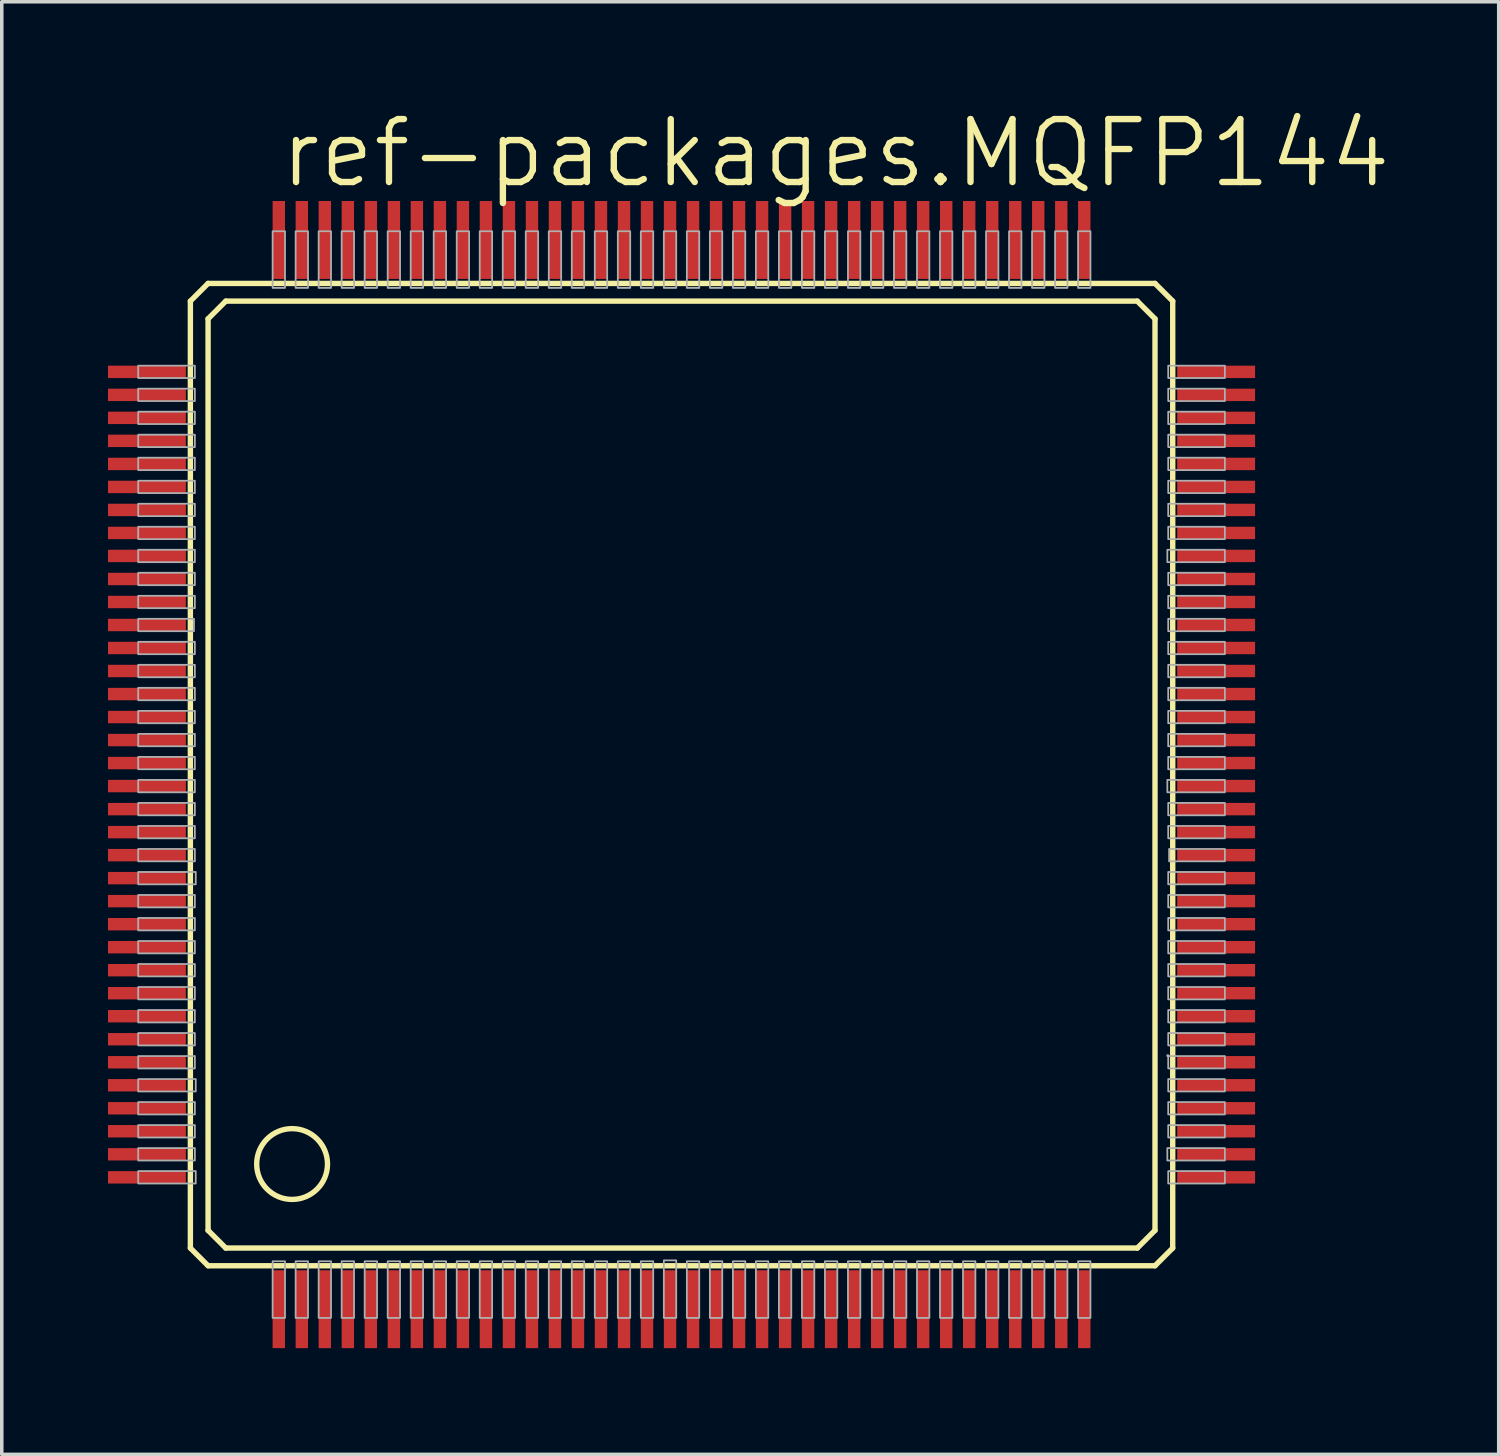
<source format=kicad_pcb>
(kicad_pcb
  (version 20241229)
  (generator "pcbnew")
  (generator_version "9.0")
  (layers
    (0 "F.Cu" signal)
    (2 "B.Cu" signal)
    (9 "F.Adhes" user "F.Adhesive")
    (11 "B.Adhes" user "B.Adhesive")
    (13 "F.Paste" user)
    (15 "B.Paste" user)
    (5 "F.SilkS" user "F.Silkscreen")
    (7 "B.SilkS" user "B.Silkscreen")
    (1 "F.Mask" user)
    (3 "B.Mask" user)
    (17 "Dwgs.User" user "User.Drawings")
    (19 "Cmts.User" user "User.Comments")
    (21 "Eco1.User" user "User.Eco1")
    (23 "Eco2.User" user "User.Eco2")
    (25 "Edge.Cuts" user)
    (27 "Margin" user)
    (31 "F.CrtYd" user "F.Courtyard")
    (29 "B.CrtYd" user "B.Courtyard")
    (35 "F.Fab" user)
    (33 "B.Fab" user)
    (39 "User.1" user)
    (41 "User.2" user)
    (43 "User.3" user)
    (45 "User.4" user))
  (footprint "ref-packages.MQFP144"
    (layer "F.Cu")
    (at 16.2 18.828)
    (property "Reference" "ref-packages.MQFP144" (at -11.43 -16.51 0) (layer "F.SilkS") (effects (font (size 1.778 1.778) (thickness 0.18)) (justify left bottom)))
    (attr smd)
    (fp_line (start -13.873 -13.373) (end -13.873 13.373) (stroke (width 0.152) (type default)) (layer "F.SilkS"))
    (fp_line (start -13.873 13.373) (end -13.373 13.873) (stroke (width 0.152) (type default)) (layer "F.SilkS"))
    (fp_line (start -13.373 -13.873) (end -13.873 -13.373) (stroke (width 0.152) (type default)) (layer "F.SilkS"))
    (fp_line (start -13.373 -12.873) (end -12.873 -13.373) (stroke (width 0.152) (type default)) (layer "F.SilkS"))
    (fp_line (start -13.373 12.873) (end -13.373 -12.873) (stroke (width 0.152) (type default)) (layer "F.SilkS"))
    (fp_line (start -13.373 13.873) (end 13.373 13.873) (stroke (width 0.152) (type default)) (layer "F.SilkS"))
    (fp_line (start -12.873 -13.373) (end 12.873 -13.373) (stroke (width 0.152) (type default)) (layer "F.SilkS"))
    (fp_line (start -12.873 13.373) (end -13.373 12.873) (stroke (width 0.152) (type default)) (layer "F.SilkS"))
    (fp_line (start 12.873 -13.373) (end 13.373 -12.873) (stroke (width 0.152) (type default)) (layer "F.SilkS"))
    (fp_line (start 12.873 13.373) (end -12.873 13.373) (stroke (width 0.152) (type default)) (layer "F.SilkS"))
    (fp_line (start 13.373 -13.873) (end -13.373 -13.873) (stroke (width 0.152) (type default)) (layer "F.SilkS"))
    (fp_line (start 13.373 -12.873) (end 13.373 12.873) (stroke (width 0.152) (type default)) (layer "F.SilkS"))
    (fp_line (start 13.373 12.873) (end 12.873 13.373) (stroke (width 0.152) (type default)) (layer "F.SilkS"))
    (fp_line (start 13.373 13.873) (end 13.873 13.373) (stroke (width 0.152) (type default)) (layer "F.SilkS"))
    (fp_line (start 13.873 -13.373) (end 13.373 -13.873) (stroke (width 0.152) (type default)) (layer "F.SilkS"))
    (fp_line (start 13.873 13.373) (end 13.873 -13.373) (stroke (width 0.152) (type default)) (layer "F.SilkS"))
    (fp_circle (center -11 11) (end -10 11) (stroke (width 0.152) (type default)) (fill no) (layer "F.SilkS"))
    (fp_rect (start -15.346 -11.2) (end -13.746 -11.55) (stroke (width 0.05) (type default)) (fill no) (layer "F.Fab"))
    (fp_rect (start -15.346 -10.55) (end -13.746 -10.9) (stroke (width 0.05) (type default)) (fill no) (layer "F.Fab"))
    (fp_rect (start -15.346 -9.9) (end -13.746 -10.25) (stroke (width 0.05) (type default)) (fill no) (layer "F.Fab"))
    (fp_rect (start -15.346 -9.25) (end -13.746 -9.6) (stroke (width 0.05) (type default)) (fill no) (layer "F.Fab"))
    (fp_rect (start -15.346 -8.6) (end -13.746 -8.95) (stroke (width 0.05) (type default)) (fill no) (layer "F.Fab"))
    (fp_rect (start -15.346 -7.95) (end -13.746 -8.3) (stroke (width 0.05) (type default)) (fill no) (layer "F.Fab"))
    (fp_rect (start -15.346 -7.3) (end -13.746 -7.65) (stroke (width 0.05) (type default)) (fill no) (layer "F.Fab"))
    (fp_rect (start -15.346 -6.65) (end -13.746 -7) (stroke (width 0.05) (type default)) (fill no) (layer "F.Fab"))
    (fp_rect (start -15.346 -6) (end -13.746 -6.35) (stroke (width 0.05) (type default)) (fill no) (layer "F.Fab"))
    (fp_rect (start -15.346 -5.35) (end -13.746 -5.7) (stroke (width 0.05) (type default)) (fill no) (layer "F.Fab"))
    (fp_rect (start -15.346 -4.7) (end -13.746 -5.05) (stroke (width 0.05) (type default)) (fill no) (layer "F.Fab"))
    (fp_rect (start -15.346 -4.05) (end -13.771 -4.4) (stroke (width 0.05) (type default)) (fill no) (layer "F.Fab"))
    (fp_rect (start -15.346 -3.4) (end -13.746 -3.75) (stroke (width 0.05) (type default)) (fill no) (layer "F.Fab"))
    (fp_rect (start -15.346 -2.75) (end -13.746 -3.1) (stroke (width 0.05) (type default)) (fill no) (layer "F.Fab"))
    (fp_rect (start -15.346 -2.1) (end -13.746 -2.45) (stroke (width 0.05) (type default)) (fill no) (layer "F.Fab"))
    (fp_rect (start -15.346 -1.45) (end -13.746 -1.8) (stroke (width 0.05) (type default)) (fill no) (layer "F.Fab"))
    (fp_rect (start -15.346 -0.8) (end -13.746 -1.15) (stroke (width 0.05) (type default)) (fill no) (layer "F.Fab"))
    (fp_rect (start -15.346 -0.15) (end -13.746 -0.5) (stroke (width 0.05) (type default)) (fill no) (layer "F.Fab"))
    (fp_rect (start -15.346 0.5) (end -13.746 0.15) (stroke (width 0.05) (type default)) (fill no) (layer "F.Fab"))
    (fp_rect (start -15.346 1.15) (end -13.746 0.8) (stroke (width 0.05) (type default)) (fill no) (layer "F.Fab"))
    (fp_rect (start -15.346 1.8) (end -13.746 1.45) (stroke (width 0.05) (type default)) (fill no) (layer "F.Fab"))
    (fp_rect (start -15.346 2.45) (end -13.746 2.1) (stroke (width 0.05) (type default)) (fill no) (layer "F.Fab"))
    (fp_rect (start -15.346 3.1) (end -13.721 2.75) (stroke (width 0.05) (type default)) (fill no) (layer "F.Fab"))
    (fp_rect (start -15.346 3.75) (end -13.746 3.4) (stroke (width 0.05) (type default)) (fill no) (layer "F.Fab"))
    (fp_rect (start -15.346 4.4) (end -13.746 4.05) (stroke (width 0.05) (type default)) (fill no) (layer "F.Fab"))
    (fp_rect (start -15.346 5.05) (end -13.746 4.7) (stroke (width 0.05) (type default)) (fill no) (layer "F.Fab"))
    (fp_rect (start -15.346 5.7) (end -13.746 5.35) (stroke (width 0.05) (type default)) (fill no) (layer "F.Fab"))
    (fp_rect (start -15.346 6.35) (end -13.746 6) (stroke (width 0.05) (type default)) (fill no) (layer "F.Fab"))
    (fp_rect (start -15.346 7) (end -13.746 6.65) (stroke (width 0.05) (type default)) (fill no) (layer "F.Fab"))
    (fp_rect (start -15.346 7.65) (end -13.746 7.3) (stroke (width 0.05) (type default)) (fill no) (layer "F.Fab"))
    (fp_rect (start -15.346 8.3) (end -13.746 7.95) (stroke (width 0.05) (type default)) (fill no) (layer "F.Fab"))
    (fp_rect (start -15.346 8.95) (end -13.721 8.6) (stroke (width 0.05) (type default)) (fill no) (layer "F.Fab"))
    (fp_rect (start -15.346 9.6) (end -13.746 9.25) (stroke (width 0.05) (type default)) (fill no) (layer "F.Fab"))
    (fp_rect (start -15.346 10.25) (end -13.746 9.9) (stroke (width 0.05) (type default)) (fill no) (layer "F.Fab"))
    (fp_rect (start -15.346 10.9) (end -13.746 10.55) (stroke (width 0.05) (type default)) (fill no) (layer "F.Fab"))
    (fp_rect (start -15.346 11.55) (end -13.721 11.2) (stroke (width 0.05) (type default)) (fill no) (layer "F.Fab"))
    (fp_rect (start -11.55 -13.746) (end -11.2 -15.346) (stroke (width 0.05) (type default)) (fill no) (layer "F.Fab"))
    (fp_rect (start -11.55 15.346) (end -11.2 13.746) (stroke (width 0.05) (type default)) (fill no) (layer "F.Fab"))
    (fp_rect (start -10.9 -13.746) (end -10.55 -15.346) (stroke (width 0.05) (type default)) (fill no) (layer "F.Fab"))
    (fp_rect (start -10.9 15.346) (end -10.55 13.746) (stroke (width 0.05) (type default)) (fill no) (layer "F.Fab"))
    (fp_rect (start -10.25 -13.746) (end -9.9 -15.346) (stroke (width 0.05) (type default)) (fill no) (layer "F.Fab"))
    (fp_rect (start -10.25 15.346) (end -9.9 13.746) (stroke (width 0.05) (type default)) (fill no) (layer "F.Fab"))
    (fp_rect (start -9.6 -13.746) (end -9.25 -15.346) (stroke (width 0.05) (type default)) (fill no) (layer "F.Fab"))
    (fp_rect (start -9.6 15.346) (end -9.25 13.746) (stroke (width 0.05) (type default)) (fill no) (layer "F.Fab"))
    (fp_rect (start -8.95 -13.746) (end -8.6 -15.346) (stroke (width 0.05) (type default)) (fill no) (layer "F.Fab"))
    (fp_rect (start -8.95 15.346) (end -8.6 13.746) (stroke (width 0.05) (type default)) (fill no) (layer "F.Fab"))
    (fp_rect (start -8.3 -13.746) (end -7.95 -15.346) (stroke (width 0.05) (type default)) (fill no) (layer "F.Fab"))
    (fp_rect (start -8.3 15.346) (end -7.95 13.746) (stroke (width 0.05) (type default)) (fill no) (layer "F.Fab"))
    (fp_rect (start -7.65 -13.746) (end -7.3 -15.346) (stroke (width 0.05) (type default)) (fill no) (layer "F.Fab"))
    (fp_rect (start -7.65 15.346) (end -7.3 13.746) (stroke (width 0.05) (type default)) (fill no) (layer "F.Fab"))
    (fp_rect (start -7 -13.746) (end -6.65 -15.346) (stroke (width 0.05) (type default)) (fill no) (layer "F.Fab"))
    (fp_rect (start -7 15.346) (end -6.65 13.746) (stroke (width 0.05) (type default)) (fill no) (layer "F.Fab"))
    (fp_rect (start -6.35 -13.746) (end -6 -15.346) (stroke (width 0.05) (type default)) (fill no) (layer "F.Fab"))
    (fp_rect (start -6.35 15.346) (end -6 13.746) (stroke (width 0.05) (type default)) (fill no) (layer "F.Fab"))
    (fp_rect (start -5.7 -13.746) (end -5.35 -15.346) (stroke (width 0.05) (type default)) (fill no) (layer "F.Fab"))
    (fp_rect (start -5.7 15.346) (end -5.35 13.746) (stroke (width 0.05) (type default)) (fill no) (layer "F.Fab"))
    (fp_rect (start -5.05 -13.746) (end -4.7 -15.346) (stroke (width 0.05) (type default)) (fill no) (layer "F.Fab"))
    (fp_rect (start -5.05 15.346) (end -4.7 13.746) (stroke (width 0.05) (type default)) (fill no) (layer "F.Fab"))
    (fp_rect (start -4.4 -13.746) (end -4.05 -15.346) (stroke (width 0.05) (type default)) (fill no) (layer "F.Fab"))
    (fp_rect (start -4.4 15.346) (end -4.05 13.746) (stroke (width 0.05) (type default)) (fill no) (layer "F.Fab"))
    (fp_rect (start -3.75 -13.746) (end -3.4 -15.346) (stroke (width 0.05) (type default)) (fill no) (layer "F.Fab"))
    (fp_rect (start -3.75 15.346) (end -3.4 13.746) (stroke (width 0.05) (type default)) (fill no) (layer "F.Fab"))
    (fp_rect (start -3.1 -13.746) (end -2.75 -15.346) (stroke (width 0.05) (type default)) (fill no) (layer "F.Fab"))
    (fp_rect (start -3.1 15.346) (end -2.75 13.746) (stroke (width 0.05) (type default)) (fill no) (layer "F.Fab"))
    (fp_rect (start -2.45 -13.746) (end -2.1 -15.346) (stroke (width 0.05) (type default)) (fill no) (layer "F.Fab"))
    (fp_rect (start -2.45 15.346) (end -2.1 13.746) (stroke (width 0.05) (type default)) (fill no) (layer "F.Fab"))
    (fp_rect (start -1.8 -13.746) (end -1.45 -15.346) (stroke (width 0.05) (type default)) (fill no) (layer "F.Fab"))
    (fp_rect (start -1.8 15.346) (end -1.45 13.746) (stroke (width 0.05) (type default)) (fill no) (layer "F.Fab"))
    (fp_rect (start -1.15 -13.746) (end -0.8 -15.346) (stroke (width 0.05) (type default)) (fill no) (layer "F.Fab"))
    (fp_rect (start -1.15 15.346) (end -0.8 13.746) (stroke (width 0.05) (type default)) (fill no) (layer "F.Fab"))
    (fp_rect (start -0.5 -13.746) (end -0.15 -15.346) (stroke (width 0.05) (type default)) (fill no) (layer "F.Fab"))
    (fp_rect (start -0.5 15.346) (end -0.15 13.721) (stroke (width 0.05) (type default)) (fill no) (layer "F.Fab"))
    (fp_rect (start 0.15 -13.746) (end 0.5 -15.346) (stroke (width 0.05) (type default)) (fill no) (layer "F.Fab"))
    (fp_rect (start 0.15 15.346) (end 0.5 13.746) (stroke (width 0.05) (type default)) (fill no) (layer "F.Fab"))
    (fp_rect (start 0.8 -13.746) (end 1.15 -15.346) (stroke (width 0.05) (type default)) (fill no) (layer "F.Fab"))
    (fp_rect (start 0.8 13.796) (end 0.825 13.771) (stroke (width 0.05) (type default)) (fill no) (layer "F.Fab"))
    (fp_rect (start 0.8 15.346) (end 1.15 13.746) (stroke (width 0.05) (type default)) (fill no) (layer "F.Fab"))
    (fp_rect (start 1.45 -13.746) (end 1.8 -15.346) (stroke (width 0.05) (type default)) (fill no) (layer "F.Fab"))
    (fp_rect (start 1.45 15.346) (end 1.8 13.746) (stroke (width 0.05) (type default)) (fill no) (layer "F.Fab"))
    (fp_rect (start 2.1 -13.746) (end 2.45 -15.346) (stroke (width 0.05) (type default)) (fill no) (layer "F.Fab"))
    (fp_rect (start 2.1 15.346) (end 2.45 13.746) (stroke (width 0.05) (type default)) (fill no) (layer "F.Fab"))
    (fp_rect (start 2.75 -13.746) (end 3.1 -15.346) (stroke (width 0.05) (type default)) (fill no) (layer "F.Fab"))
    (fp_rect (start 2.75 15.346) (end 3.1 13.746) (stroke (width 0.05) (type default)) (fill no) (layer "F.Fab"))
    (fp_rect (start 3.4 -13.746) (end 3.75 -15.346) (stroke (width 0.05) (type default)) (fill no) (layer "F.Fab"))
    (fp_rect (start 3.4 15.346) (end 3.75 13.746) (stroke (width 0.05) (type default)) (fill no) (layer "F.Fab"))
    (fp_rect (start 4.05 -13.746) (end 4.4 -15.346) (stroke (width 0.05) (type default)) (fill no) (layer "F.Fab"))
    (fp_rect (start 4.05 15.346) (end 4.4 13.746) (stroke (width 0.05) (type default)) (fill no) (layer "F.Fab"))
    (fp_rect (start 4.7 -13.746) (end 5.05 -15.346) (stroke (width 0.05) (type default)) (fill no) (layer "F.Fab"))
    (fp_rect (start 4.7 15.346) (end 5.05 13.746) (stroke (width 0.05) (type default)) (fill no) (layer "F.Fab"))
    (fp_rect (start 5.35 -13.746) (end 5.7 -15.346) (stroke (width 0.05) (type default)) (fill no) (layer "F.Fab"))
    (fp_rect (start 5.375 15.346) (end 5.7 13.746) (stroke (width 0.05) (type default)) (fill no) (layer "F.Fab"))
    (fp_rect (start 6 -13.746) (end 6.35 -15.346) (stroke (width 0.05) (type default)) (fill no) (layer "F.Fab"))
    (fp_rect (start 6 15.346) (end 6.35 13.746) (stroke (width 0.05) (type default)) (fill no) (layer "F.Fab"))
    (fp_rect (start 6.65 -13.746) (end 7 -15.346) (stroke (width 0.05) (type default)) (fill no) (layer "F.Fab"))
    (fp_rect (start 6.65 15.346) (end 7 13.746) (stroke (width 0.05) (type default)) (fill no) (layer "F.Fab"))
    (fp_rect (start 7.3 -13.746) (end 7.65 -15.346) (stroke (width 0.05) (type default)) (fill no) (layer "F.Fab"))
    (fp_rect (start 7.3 15.346) (end 7.65 13.746) (stroke (width 0.05) (type default)) (fill no) (layer "F.Fab"))
    (fp_rect (start 7.95 -13.746) (end 8.3 -15.346) (stroke (width 0.05) (type default)) (fill no) (layer "F.Fab"))
    (fp_rect (start 7.95 15.346) (end 8.3 13.746) (stroke (width 0.05) (type default)) (fill no) (layer "F.Fab"))
    (fp_rect (start 8.6 -13.746) (end 8.95 -15.346) (stroke (width 0.05) (type default)) (fill no) (layer "F.Fab"))
    (fp_rect (start 8.6 15.346) (end 8.95 13.746) (stroke (width 0.05) (type default)) (fill no) (layer "F.Fab"))
    (fp_rect (start 9.25 -13.746) (end 9.6 -15.346) (stroke (width 0.05) (type default)) (fill no) (layer "F.Fab"))
    (fp_rect (start 9.25 15.346) (end 9.6 13.746) (stroke (width 0.05) (type default)) (fill no) (layer "F.Fab"))
    (fp_rect (start 9.9 -13.746) (end 10.25 -15.346) (stroke (width 0.05) (type default)) (fill no) (layer "F.Fab"))
    (fp_rect (start 9.9 15.346) (end 10.25 13.746) (stroke (width 0.05) (type default)) (fill no) (layer "F.Fab"))
    (fp_rect (start 10.55 -13.746) (end 10.9 -15.346) (stroke (width 0.05) (type default)) (fill no) (layer "F.Fab"))
    (fp_rect (start 10.55 15.346) (end 10.9 13.746) (stroke (width 0.05) (type default)) (fill no) (layer "F.Fab"))
    (fp_rect (start 11.2 -13.746) (end 11.55 -15.346) (stroke (width 0.05) (type default)) (fill no) (layer "F.Fab"))
    (fp_rect (start 11.2 15.346) (end 11.55 13.746) (stroke (width 0.05) (type default)) (fill no) (layer "F.Fab"))
    (fp_rect (start 13.721 -6) (end 15.346 -6.35) (stroke (width 0.05) (type default)) (fill no) (layer "F.Fab"))
    (fp_rect (start 13.721 0.5) (end 15.346 0.15) (stroke (width 0.05) (type default)) (fill no) (layer "F.Fab"))
    (fp_rect (start 13.721 7.95) (end 13.746 7.925) (stroke (width 0.05) (type default)) (fill no) (layer "F.Fab"))
    (fp_rect (start 13.721 10.9) (end 15.346 10.55) (stroke (width 0.05) (type default)) (fill no) (layer "F.Fab"))
    (fp_rect (start 13.746 -11.2) (end 15.346 -11.55) (stroke (width 0.05) (type default)) (fill no) (layer "F.Fab"))
    (fp_rect (start 13.746 -10.55) (end 15.346 -10.9) (stroke (width 0.05) (type default)) (fill no) (layer "F.Fab"))
    (fp_rect (start 13.746 -9.9) (end 15.346 -10.25) (stroke (width 0.05) (type default)) (fill no) (layer "F.Fab"))
    (fp_rect (start 13.746 -9.25) (end 15.346 -9.6) (stroke (width 0.05) (type default)) (fill no) (layer "F.Fab"))
    (fp_rect (start 13.746 -8.6) (end 15.346 -8.95) (stroke (width 0.05) (type default)) (fill no) (layer "F.Fab"))
    (fp_rect (start 13.746 -7.95) (end 15.346 -8.3) (stroke (width 0.05) (type default)) (fill no) (layer "F.Fab"))
    (fp_rect (start 13.746 -7.3) (end 15.346 -7.65) (stroke (width 0.05) (type default)) (fill no) (layer "F.Fab"))
    (fp_rect (start 13.746 -6.65) (end 15.346 -7) (stroke (width 0.05) (type default)) (fill no) (layer "F.Fab"))
    (fp_rect (start 13.746 -5.35) (end 15.346 -5.7) (stroke (width 0.05) (type default)) (fill no) (layer "F.Fab"))
    (fp_rect (start 13.746 -4.7) (end 15.346 -5.05) (stroke (width 0.05) (type default)) (fill no) (layer "F.Fab"))
    (fp_rect (start 13.746 -4.05) (end 15.346 -4.4) (stroke (width 0.05) (type default)) (fill no) (layer "F.Fab"))
    (fp_rect (start 13.746 -3.4) (end 15.346 -3.75) (stroke (width 0.05) (type default)) (fill no) (layer "F.Fab"))
    (fp_rect (start 13.746 -2.75) (end 15.346 -3.1) (stroke (width 0.05) (type default)) (fill no) (layer "F.Fab"))
    (fp_rect (start 13.746 -2.1) (end 15.346 -2.45) (stroke (width 0.05) (type default)) (fill no) (layer "F.Fab"))
    (fp_rect (start 13.746 -1.45) (end 15.346 -1.8) (stroke (width 0.05) (type default)) (fill no) (layer "F.Fab"))
    (fp_rect (start 13.746 -0.8) (end 15.346 -1.15) (stroke (width 0.05) (type default)) (fill no) (layer "F.Fab"))
    (fp_rect (start 13.746 -0.15) (end 15.346 -0.5) (stroke (width 0.05) (type default)) (fill no) (layer "F.Fab"))
    (fp_rect (start 13.746 1.15) (end 15.346 0.8) (stroke (width 0.05) (type default)) (fill no) (layer "F.Fab"))
    (fp_rect (start 13.746 1.8) (end 15.346 1.45) (stroke (width 0.05) (type default)) (fill no) (layer "F.Fab"))
    (fp_rect (start 13.746 3.1) (end 15.346 2.75) (stroke (width 0.05) (type default)) (fill no) (layer "F.Fab"))
    (fp_rect (start 13.746 3.75) (end 15.346 3.4) (stroke (width 0.05) (type default)) (fill no) (layer "F.Fab"))
    (fp_rect (start 13.746 4.4) (end 15.346 4.05) (stroke (width 0.05) (type default)) (fill no) (layer "F.Fab"))
    (fp_rect (start 13.746 5.05) (end 15.346 4.7) (stroke (width 0.05) (type default)) (fill no) (layer "F.Fab"))
    (fp_rect (start 13.746 5.7) (end 15.346 5.35) (stroke (width 0.05) (type default)) (fill no) (layer "F.Fab"))
    (fp_rect (start 13.746 6.35) (end 15.346 6) (stroke (width 0.05) (type default)) (fill no) (layer "F.Fab"))
    (fp_rect (start 13.746 7) (end 15.346 6.65) (stroke (width 0.05) (type default)) (fill no) (layer "F.Fab"))
    (fp_rect (start 13.746 7.65) (end 15.346 7.3) (stroke (width 0.05) (type default)) (fill no) (layer "F.Fab"))
    (fp_rect (start 13.746 8.3) (end 15.346 7.95) (stroke (width 0.05) (type default)) (fill no) (layer "F.Fab"))
    (fp_rect (start 13.746 8.95) (end 15.346 8.6) (stroke (width 0.05) (type default)) (fill no) (layer "F.Fab"))
    (fp_rect (start 13.746 9.6) (end 15.346 9.25) (stroke (width 0.05) (type default)) (fill no) (layer "F.Fab"))
    (fp_rect (start 13.746 10.25) (end 15.346 9.9) (stroke (width 0.05) (type default)) (fill no) (layer "F.Fab"))
    (fp_rect (start 13.746 11.55) (end 15.346 11.2) (stroke (width 0.05) (type default)) (fill no) (layer "F.Fab"))
    (fp_rect (start 13.771 2.45) (end 15.346 2.1) (stroke (width 0.05) (type default)) (fill no) (layer "F.Fab"))
    (pad "1" smd roundrect (at -11.375 15.1) (size 0.35 2.2) (layers "F.Cu" "F.Mask" "F.Paste") (roundrect_rratio 0.01))
    (pad "2" smd roundrect (at -10.725 15.1) (size 0.35 2.2) (layers "F.Cu" "F.Mask" "F.Paste") (roundrect_rratio 0.01))
    (pad "3" smd roundrect (at -10.075 15.1) (size 0.35 2.2) (layers "F.Cu" "F.Mask" "F.Paste") (roundrect_rratio 0.01))
    (pad "4" smd roundrect (at -9.425 15.1) (size 0.35 2.2) (layers "F.Cu" "F.Mask" "F.Paste") (roundrect_rratio 0.01))
    (pad "5" smd roundrect (at -8.775 15.1) (size 0.35 2.2) (layers "F.Cu" "F.Mask" "F.Paste") (roundrect_rratio 0.01))
    (pad "6" smd roundrect (at -8.125 15.1) (size 0.35 2.2) (layers "F.Cu" "F.Mask" "F.Paste") (roundrect_rratio 0.01))
    (pad "7" smd roundrect (at -7.475 15.1) (size 0.35 2.2) (layers "F.Cu" "F.Mask" "F.Paste") (roundrect_rratio 0.01))
    (pad "8" smd roundrect (at -6.825 15.1) (size 0.35 2.2) (layers "F.Cu" "F.Mask" "F.Paste") (roundrect_rratio 0.01))
    (pad "9" smd roundrect (at -6.175 15.1) (size 0.35 2.2) (layers "F.Cu" "F.Mask" "F.Paste") (roundrect_rratio 0.01))
    (pad "10" smd roundrect (at -5.525 15.1) (size 0.35 2.2) (layers "F.Cu" "F.Mask" "F.Paste") (roundrect_rratio 0.01))
    (pad "11" smd roundrect (at -4.875 15.1) (size 0.35 2.2) (layers "F.Cu" "F.Mask" "F.Paste") (roundrect_rratio 0.01))
    (pad "12" smd roundrect (at -4.225 15.1) (size 0.35 2.2) (layers "F.Cu" "F.Mask" "F.Paste") (roundrect_rratio 0.01))
    (pad "13" smd roundrect (at -3.575 15.1) (size 0.35 2.2) (layers "F.Cu" "F.Mask" "F.Paste") (roundrect_rratio 0.01))
    (pad "14" smd roundrect (at -2.925 15.1) (size 0.35 2.2) (layers "F.Cu" "F.Mask" "F.Paste") (roundrect_rratio 0.01))
    (pad "15" smd roundrect (at -2.275 15.1) (size 0.35 2.2) (layers "F.Cu" "F.Mask" "F.Paste") (roundrect_rratio 0.01))
    (pad "16" smd roundrect (at -1.625 15.1) (size 0.35 2.2) (layers "F.Cu" "F.Mask" "F.Paste") (roundrect_rratio 0.01))
    (pad "17" smd roundrect (at -0.975 15.1) (size 0.35 2.2) (layers "F.Cu" "F.Mask" "F.Paste") (roundrect_rratio 0.01))
    (pad "18" smd roundrect (at -0.325 15.1) (size 0.35 2.2) (layers "F.Cu" "F.Mask" "F.Paste") (roundrect_rratio 0.01))
    (pad "19" smd roundrect (at 0.325 15.1) (size 0.35 2.2) (layers "F.Cu" "F.Mask" "F.Paste") (roundrect_rratio 0.01))
    (pad "20" smd roundrect (at 0.975 15.1) (size 0.35 2.2) (layers "F.Cu" "F.Mask" "F.Paste") (roundrect_rratio 0.01))
    (pad "21" smd roundrect (at 1.625 15.1) (size 0.35 2.2) (layers "F.Cu" "F.Mask" "F.Paste") (roundrect_rratio 0.01))
    (pad "22" smd roundrect (at 2.275 15.1) (size 0.35 2.2) (layers "F.Cu" "F.Mask" "F.Paste") (roundrect_rratio 0.01))
    (pad "23" smd roundrect (at 2.925 15.1) (size 0.35 2.2) (layers "F.Cu" "F.Mask" "F.Paste") (roundrect_rratio 0.01))
    (pad "24" smd roundrect (at 3.575 15.1) (size 0.35 2.2) (layers "F.Cu" "F.Mask" "F.Paste") (roundrect_rratio 0.01))
    (pad "25" smd roundrect (at 4.225 15.1) (size 0.35 2.2) (layers "F.Cu" "F.Mask" "F.Paste") (roundrect_rratio 0.01))
    (pad "26" smd roundrect (at 4.875 15.1) (size 0.35 2.2) (layers "F.Cu" "F.Mask" "F.Paste") (roundrect_rratio 0.01))
    (pad "27" smd roundrect (at 5.525 15.1) (size 0.35 2.2) (layers "F.Cu" "F.Mask" "F.Paste") (roundrect_rratio 0.01))
    (pad "28" smd roundrect (at 6.175 15.1) (size 0.35 2.2) (layers "F.Cu" "F.Mask" "F.Paste") (roundrect_rratio 0.01))
    (pad "29" smd roundrect (at 6.825 15.1) (size 0.35 2.2) (layers "F.Cu" "F.Mask" "F.Paste") (roundrect_rratio 0.01))
    (pad "30" smd roundrect (at 7.475 15.1) (size 0.35 2.2) (layers "F.Cu" "F.Mask" "F.Paste") (roundrect_rratio 0.01))
    (pad "31" smd roundrect (at 8.125 15.1) (size 0.35 2.2) (layers "F.Cu" "F.Mask" "F.Paste") (roundrect_rratio 0.01))
    (pad "32" smd roundrect (at 8.775 15.1) (size 0.35 2.2) (layers "F.Cu" "F.Mask" "F.Paste") (roundrect_rratio 0.01))
    (pad "33" smd roundrect (at 9.425 15.1) (size 0.35 2.2) (layers "F.Cu" "F.Mask" "F.Paste") (roundrect_rratio 0.01))
    (pad "34" smd roundrect (at 10.075 15.1) (size 0.35 2.2) (layers "F.Cu" "F.Mask" "F.Paste") (roundrect_rratio 0.01))
    (pad "35" smd roundrect (at 10.725 15.1) (size 0.35 2.2) (layers "F.Cu" "F.Mask" "F.Paste") (roundrect_rratio 0.01))
    (pad "36" smd roundrect (at 11.375 15.1) (size 0.35 2.2) (layers "F.Cu" "F.Mask" "F.Paste") (roundrect_rratio 0.01))
    (pad "37" smd roundrect (at 15.1 11.375) (size 2.2 0.35) (layers "F.Cu" "F.Mask" "F.Paste") (roundrect_rratio 0.01))
    (pad "38" smd roundrect (at 15.1 10.725) (size 2.2 0.35) (layers "F.Cu" "F.Mask" "F.Paste") (roundrect_rratio 0.01))
    (pad "39" smd roundrect (at 15.1 10.075) (size 2.2 0.35) (layers "F.Cu" "F.Mask" "F.Paste") (roundrect_rratio 0.01))
    (pad "40" smd roundrect (at 15.1 9.425) (size 2.2 0.35) (layers "F.Cu" "F.Mask" "F.Paste") (roundrect_rratio 0.01))
    (pad "41" smd roundrect (at 15.1 8.775) (size 2.2 0.35) (layers "F.Cu" "F.Mask" "F.Paste") (roundrect_rratio 0.01))
    (pad "42" smd roundrect (at 15.1 8.125) (size 2.2 0.35) (layers "F.Cu" "F.Mask" "F.Paste") (roundrect_rratio 0.01))
    (pad "43" smd roundrect (at 15.1 7.475) (size 2.2 0.35) (layers "F.Cu" "F.Mask" "F.Paste") (roundrect_rratio 0.01))
    (pad "44" smd roundrect (at 15.1 6.825) (size 2.2 0.35) (layers "F.Cu" "F.Mask" "F.Paste") (roundrect_rratio 0.01))
    (pad "45" smd roundrect (at 15.1 6.175) (size 2.2 0.35) (layers "F.Cu" "F.Mask" "F.Paste") (roundrect_rratio 0.01))
    (pad "46" smd roundrect (at 15.1 5.525) (size 2.2 0.35) (layers "F.Cu" "F.Mask" "F.Paste") (roundrect_rratio 0.01))
    (pad "47" smd roundrect (at 15.1 4.875) (size 2.2 0.35) (layers "F.Cu" "F.Mask" "F.Paste") (roundrect_rratio 0.01))
    (pad "48" smd roundrect (at 15.1 4.225) (size 2.2 0.35) (layers "F.Cu" "F.Mask" "F.Paste") (roundrect_rratio 0.01))
    (pad "49" smd roundrect (at 15.1 3.575) (size 2.2 0.35) (layers "F.Cu" "F.Mask" "F.Paste") (roundrect_rratio 0.01))
    (pad "50" smd roundrect (at 15.1 2.925) (size 2.2 0.35) (layers "F.Cu" "F.Mask" "F.Paste") (roundrect_rratio 0.01))
    (pad "51" smd roundrect (at 15.1 2.275) (size 2.2 0.35) (layers "F.Cu" "F.Mask" "F.Paste") (roundrect_rratio 0.01))
    (pad "52" smd roundrect (at 15.1 1.625) (size 2.2 0.35) (layers "F.Cu" "F.Mask" "F.Paste") (roundrect_rratio 0.01))
    (pad "53" smd roundrect (at 15.1 0.975) (size 2.2 0.35) (layers "F.Cu" "F.Mask" "F.Paste") (roundrect_rratio 0.01))
    (pad "54" smd roundrect (at 15.1 0.325) (size 2.2 0.35) (layers "F.Cu" "F.Mask" "F.Paste") (roundrect_rratio 0.01))
    (pad "55" smd roundrect (at 15.1 -0.325) (size 2.2 0.35) (layers "F.Cu" "F.Mask" "F.Paste") (roundrect_rratio 0.01))
    (pad "56" smd roundrect (at 15.1 -0.975) (size 2.2 0.35) (layers "F.Cu" "F.Mask" "F.Paste") (roundrect_rratio 0.01))
    (pad "57" smd roundrect (at 15.1 -1.625) (size 2.2 0.35) (layers "F.Cu" "F.Mask" "F.Paste") (roundrect_rratio 0.01))
    (pad "58" smd roundrect (at 15.1 -2.275) (size 2.2 0.35) (layers "F.Cu" "F.Mask" "F.Paste") (roundrect_rratio 0.01))
    (pad "59" smd roundrect (at 15.1 -2.925) (size 2.2 0.35) (layers "F.Cu" "F.Mask" "F.Paste") (roundrect_rratio 0.01))
    (pad "60" smd roundrect (at 15.1 -3.575) (size 2.2 0.35) (layers "F.Cu" "F.Mask" "F.Paste") (roundrect_rratio 0.01))
    (pad "61" smd roundrect (at 15.1 -4.225) (size 2.2 0.35) (layers "F.Cu" "F.Mask" "F.Paste") (roundrect_rratio 0.01))
    (pad "62" smd roundrect (at 15.1 -4.875) (size 2.2 0.35) (layers "F.Cu" "F.Mask" "F.Paste") (roundrect_rratio 0.01))
    (pad "63" smd roundrect (at 15.1 -5.525) (size 2.2 0.35) (layers "F.Cu" "F.Mask" "F.Paste") (roundrect_rratio 0.01))
    (pad "64" smd roundrect (at 15.1 -6.175) (size 2.2 0.35) (layers "F.Cu" "F.Mask" "F.Paste") (roundrect_rratio 0.01))
    (pad "65" smd roundrect (at 15.1 -6.825) (size 2.2 0.35) (layers "F.Cu" "F.Mask" "F.Paste") (roundrect_rratio 0.01))
    (pad "66" smd roundrect (at 15.1 -7.475) (size 2.2 0.35) (layers "F.Cu" "F.Mask" "F.Paste") (roundrect_rratio 0.01))
    (pad "67" smd roundrect (at 15.1 -8.125) (size 2.2 0.35) (layers "F.Cu" "F.Mask" "F.Paste") (roundrect_rratio 0.01))
    (pad "68" smd roundrect (at 15.1 -8.775) (size 2.2 0.35) (layers "F.Cu" "F.Mask" "F.Paste") (roundrect_rratio 0.01))
    (pad "69" smd roundrect (at 15.1 -9.425) (size 2.2 0.35) (layers "F.Cu" "F.Mask" "F.Paste") (roundrect_rratio 0.01))
    (pad "70" smd roundrect (at 15.1 -10.075) (size 2.2 0.35) (layers "F.Cu" "F.Mask" "F.Paste") (roundrect_rratio 0.01))
    (pad "71" smd roundrect (at 15.1 -10.725) (size 2.2 0.35) (layers "F.Cu" "F.Mask" "F.Paste") (roundrect_rratio 0.01))
    (pad "72" smd roundrect (at 15.1 -11.375) (size 2.2 0.35) (layers "F.Cu" "F.Mask" "F.Paste") (roundrect_rratio 0.01))
    (pad "73" smd roundrect (at 11.375 -15.1) (size 0.35 2.2) (layers "F.Cu" "F.Mask" "F.Paste") (roundrect_rratio 0.01))
    (pad "74" smd roundrect (at 10.725 -15.1) (size 0.35 2.2) (layers "F.Cu" "F.Mask" "F.Paste") (roundrect_rratio 0.01))
    (pad "75" smd roundrect (at 10.075 -15.1) (size 0.35 2.2) (layers "F.Cu" "F.Mask" "F.Paste") (roundrect_rratio 0.01))
    (pad "76" smd roundrect (at 9.425 -15.1) (size 0.35 2.2) (layers "F.Cu" "F.Mask" "F.Paste") (roundrect_rratio 0.01))
    (pad "77" smd roundrect (at 8.775 -15.1) (size 0.35 2.2) (layers "F.Cu" "F.Mask" "F.Paste") (roundrect_rratio 0.01))
    (pad "78" smd roundrect (at 8.125 -15.1) (size 0.35 2.2) (layers "F.Cu" "F.Mask" "F.Paste") (roundrect_rratio 0.01))
    (pad "79" smd roundrect (at 7.475 -15.1) (size 0.35 2.2) (layers "F.Cu" "F.Mask" "F.Paste") (roundrect_rratio 0.01))
    (pad "80" smd roundrect (at 6.825 -15.1) (size 0.35 2.2) (layers "F.Cu" "F.Mask" "F.Paste") (roundrect_rratio 0.01))
    (pad "81" smd roundrect (at 6.175 -15.1) (size 0.35 2.2) (layers "F.Cu" "F.Mask" "F.Paste") (roundrect_rratio 0.01))
    (pad "82" smd roundrect (at 5.525 -15.1) (size 0.35 2.2) (layers "F.Cu" "F.Mask" "F.Paste") (roundrect_rratio 0.01))
    (pad "83" smd roundrect (at 4.875 -15.1) (size 0.35 2.2) (layers "F.Cu" "F.Mask" "F.Paste") (roundrect_rratio 0.01))
    (pad "84" smd roundrect (at 4.225 -15.1) (size 0.35 2.2) (layers "F.Cu" "F.Mask" "F.Paste") (roundrect_rratio 0.01))
    (pad "85" smd roundrect (at 3.575 -15.1) (size 0.35 2.2) (layers "F.Cu" "F.Mask" "F.Paste") (roundrect_rratio 0.01))
    (pad "86" smd roundrect (at 2.925 -15.1) (size 0.35 2.2) (layers "F.Cu" "F.Mask" "F.Paste") (roundrect_rratio 0.01))
    (pad "87" smd roundrect (at 2.275 -15.1) (size 0.35 2.2) (layers "F.Cu" "F.Mask" "F.Paste") (roundrect_rratio 0.01))
    (pad "88" smd roundrect (at 1.625 -15.1) (size 0.35 2.2) (layers "F.Cu" "F.Mask" "F.Paste") (roundrect_rratio 0.01))
    (pad "89" smd roundrect (at 0.975 -15.1) (size 0.35 2.2) (layers "F.Cu" "F.Mask" "F.Paste") (roundrect_rratio 0.01))
    (pad "90" smd roundrect (at 0.325 -15.1) (size 0.35 2.2) (layers "F.Cu" "F.Mask" "F.Paste") (roundrect_rratio 0.01))
    (pad "91" smd roundrect (at -0.325 -15.1) (size 0.35 2.2) (layers "F.Cu" "F.Mask" "F.Paste") (roundrect_rratio 0.01))
    (pad "92" smd roundrect (at -0.975 -15.1) (size 0.35 2.2) (layers "F.Cu" "F.Mask" "F.Paste") (roundrect_rratio 0.01))
    (pad "93" smd roundrect (at -1.625 -15.1) (size 0.35 2.2) (layers "F.Cu" "F.Mask" "F.Paste") (roundrect_rratio 0.01))
    (pad "94" smd roundrect (at -2.275 -15.1) (size 0.35 2.2) (layers "F.Cu" "F.Mask" "F.Paste") (roundrect_rratio 0.01))
    (pad "95" smd roundrect (at -2.925 -15.1) (size 0.35 2.2) (layers "F.Cu" "F.Mask" "F.Paste") (roundrect_rratio 0.01))
    (pad "96" smd roundrect (at -3.575 -15.1) (size 0.35 2.2) (layers "F.Cu" "F.Mask" "F.Paste") (roundrect_rratio 0.01))
    (pad "97" smd roundrect (at -4.225 -15.1) (size 0.35 2.2) (layers "F.Cu" "F.Mask" "F.Paste") (roundrect_rratio 0.01))
    (pad "98" smd roundrect (at -4.875 -15.1) (size 0.35 2.2) (layers "F.Cu" "F.Mask" "F.Paste") (roundrect_rratio 0.01))
    (pad "99" smd roundrect (at -5.525 -15.1) (size 0.35 2.2) (layers "F.Cu" "F.Mask" "F.Paste") (roundrect_rratio 0.01))
    (pad "100" smd roundrect (at -6.175 -15.1) (size 0.35 2.2) (layers "F.Cu" "F.Mask" "F.Paste") (roundrect_rratio 0.01))
    (pad "101" smd roundrect (at -6.825 -15.1) (size 0.35 2.2) (layers "F.Cu" "F.Mask" "F.Paste") (roundrect_rratio 0.01))
    (pad "102" smd roundrect (at -7.475 -15.1) (size 0.35 2.2) (layers "F.Cu" "F.Mask" "F.Paste") (roundrect_rratio 0.01))
    (pad "103" smd roundrect (at -8.125 -15.1) (size 0.35 2.2) (layers "F.Cu" "F.Mask" "F.Paste") (roundrect_rratio 0.01))
    (pad "104" smd roundrect (at -8.775 -15.1) (size 0.35 2.2) (layers "F.Cu" "F.Mask" "F.Paste") (roundrect_rratio 0.01))
    (pad "105" smd roundrect (at -9.425 -15.1) (size 0.35 2.2) (layers "F.Cu" "F.Mask" "F.Paste") (roundrect_rratio 0.01))
    (pad "106" smd roundrect (at -10.075 -15.1) (size 0.35 2.2) (layers "F.Cu" "F.Mask" "F.Paste") (roundrect_rratio 0.01))
    (pad "107" smd roundrect (at -10.725 -15.1) (size 0.35 2.2) (layers "F.Cu" "F.Mask" "F.Paste") (roundrect_rratio 0.01))
    (pad "108" smd roundrect (at -11.375 -15.1) (size 0.35 2.2) (layers "F.Cu" "F.Mask" "F.Paste") (roundrect_rratio 0.01))
    (pad "109" smd roundrect (at -15.1 -11.375) (size 2.2 0.35) (layers "F.Cu" "F.Mask" "F.Paste") (roundrect_rratio 0.01))
    (pad "110" smd roundrect (at -15.1 -10.725) (size 2.2 0.35) (layers "F.Cu" "F.Mask" "F.Paste") (roundrect_rratio 0.01))
    (pad "111" smd roundrect (at -15.1 -10.075) (size 2.2 0.35) (layers "F.Cu" "F.Mask" "F.Paste") (roundrect_rratio 0.01))
    (pad "112" smd roundrect (at -15.1 -9.425) (size 2.2 0.35) (layers "F.Cu" "F.Mask" "F.Paste") (roundrect_rratio 0.01))
    (pad "113" smd roundrect (at -15.1 -8.775) (size 2.2 0.35) (layers "F.Cu" "F.Mask" "F.Paste") (roundrect_rratio 0.01))
    (pad "114" smd roundrect (at -15.1 -8.125) (size 2.2 0.35) (layers "F.Cu" "F.Mask" "F.Paste") (roundrect_rratio 0.01))
    (pad "115" smd roundrect (at -15.1 -7.475) (size 2.2 0.35) (layers "F.Cu" "F.Mask" "F.Paste") (roundrect_rratio 0.01))
    (pad "116" smd roundrect (at -15.1 -6.825) (size 2.2 0.35) (layers "F.Cu" "F.Mask" "F.Paste") (roundrect_rratio 0.01))
    (pad "117" smd roundrect (at -15.1 -6.175) (size 2.2 0.35) (layers "F.Cu" "F.Mask" "F.Paste") (roundrect_rratio 0.01))
    (pad "118" smd roundrect (at -15.1 -5.525) (size 2.2 0.35) (layers "F.Cu" "F.Mask" "F.Paste") (roundrect_rratio 0.01))
    (pad "119" smd roundrect (at -15.1 -4.875) (size 2.2 0.35) (layers "F.Cu" "F.Mask" "F.Paste") (roundrect_rratio 0.01))
    (pad "120" smd roundrect (at -15.1 -4.225) (size 2.2 0.35) (layers "F.Cu" "F.Mask" "F.Paste") (roundrect_rratio 0.01))
    (pad "121" smd roundrect (at -15.1 -3.575) (size 2.2 0.35) (layers "F.Cu" "F.Mask" "F.Paste") (roundrect_rratio 0.01))
    (pad "122" smd roundrect (at -15.1 -2.925) (size 2.2 0.35) (layers "F.Cu" "F.Mask" "F.Paste") (roundrect_rratio 0.01))
    (pad "123" smd roundrect (at -15.1 -2.275) (size 2.2 0.35) (layers "F.Cu" "F.Mask" "F.Paste") (roundrect_rratio 0.01))
    (pad "124" smd roundrect (at -15.1 -1.625) (size 2.2 0.35) (layers "F.Cu" "F.Mask" "F.Paste") (roundrect_rratio 0.01))
    (pad "125" smd roundrect (at -15.1 -0.975) (size 2.2 0.35) (layers "F.Cu" "F.Mask" "F.Paste") (roundrect_rratio 0.01))
    (pad "126" smd roundrect (at -15.1 -0.325) (size 2.2 0.35) (layers "F.Cu" "F.Mask" "F.Paste") (roundrect_rratio 0.01))
    (pad "127" smd roundrect (at -15.1 0.325) (size 2.2 0.35) (layers "F.Cu" "F.Mask" "F.Paste") (roundrect_rratio 0.01))
    (pad "128" smd roundrect (at -15.1 0.975) (size 2.2 0.35) (layers "F.Cu" "F.Mask" "F.Paste") (roundrect_rratio 0.01))
    (pad "129" smd roundrect (at -15.1 1.625) (size 2.2 0.35) (layers "F.Cu" "F.Mask" "F.Paste") (roundrect_rratio 0.01))
    (pad "130" smd roundrect (at -15.1 2.275) (size 2.2 0.35) (layers "F.Cu" "F.Mask" "F.Paste") (roundrect_rratio 0.01))
    (pad "131" smd roundrect (at -15.1 2.925) (size 2.2 0.35) (layers "F.Cu" "F.Mask" "F.Paste") (roundrect_rratio 0.01))
    (pad "132" smd roundrect (at -15.1 3.575) (size 2.2 0.35) (layers "F.Cu" "F.Mask" "F.Paste") (roundrect_rratio 0.01))
    (pad "133" smd roundrect (at -15.1 4.225) (size 2.2 0.35) (layers "F.Cu" "F.Mask" "F.Paste") (roundrect_rratio 0.01))
    (pad "134" smd roundrect (at -15.1 4.875) (size 2.2 0.35) (layers "F.Cu" "F.Mask" "F.Paste") (roundrect_rratio 0.01))
    (pad "135" smd roundrect (at -15.1 5.525) (size 2.2 0.35) (layers "F.Cu" "F.Mask" "F.Paste") (roundrect_rratio 0.01))
    (pad "136" smd roundrect (at -15.1 6.175) (size 2.2 0.35) (layers "F.Cu" "F.Mask" "F.Paste") (roundrect_rratio 0.01))
    (pad "137" smd roundrect (at -15.1 6.825) (size 2.2 0.35) (layers "F.Cu" "F.Mask" "F.Paste") (roundrect_rratio 0.01))
    (pad "138" smd roundrect (at -15.1 7.475) (size 2.2 0.35) (layers "F.Cu" "F.Mask" "F.Paste") (roundrect_rratio 0.01))
    (pad "139" smd roundrect (at -15.1 8.125) (size 2.2 0.35) (layers "F.Cu" "F.Mask" "F.Paste") (roundrect_rratio 0.01))
    (pad "140" smd roundrect (at -15.1 8.775) (size 2.2 0.35) (layers "F.Cu" "F.Mask" "F.Paste") (roundrect_rratio 0.01))
    (pad "141" smd roundrect (at -15.1 9.425) (size 2.2 0.35) (layers "F.Cu" "F.Mask" "F.Paste") (roundrect_rratio 0.01))
    (pad "142" smd roundrect (at -15.1 10.075) (size 2.2 0.35) (layers "F.Cu" "F.Mask" "F.Paste") (roundrect_rratio 0.01))
    (pad "143" smd roundrect (at -15.1 10.725) (size 2.2 0.35) (layers "F.Cu" "F.Mask" "F.Paste") (roundrect_rratio 0.01))
    (pad "144" smd roundrect (at -15.1 11.375) (size 2.2 0.35) (layers "F.Cu" "F.Mask" "F.Paste") (roundrect_rratio 0.01)))
  (gr_rect
    (start -3 -3)
    (end 39.281 38.028)
    (stroke (width 0.1) (type default))
    (fill no)
    (layer "Edge.Cuts")))
</source>
